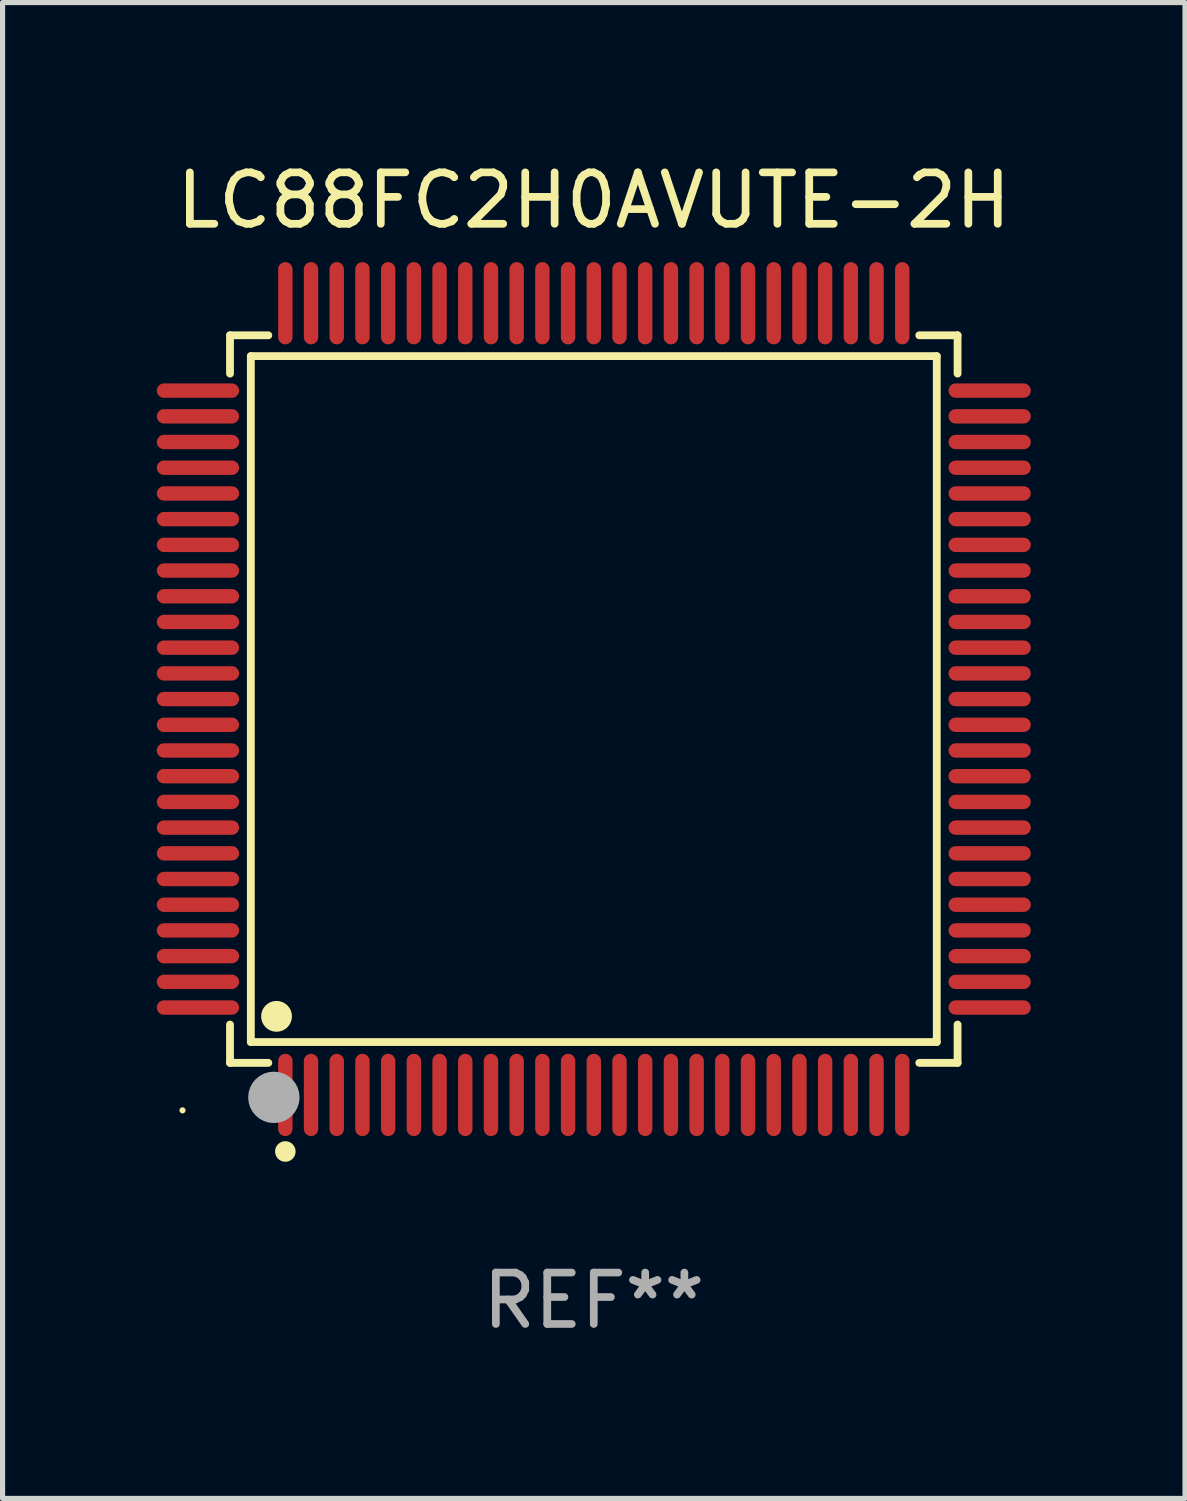
<source format=kicad_pcb>
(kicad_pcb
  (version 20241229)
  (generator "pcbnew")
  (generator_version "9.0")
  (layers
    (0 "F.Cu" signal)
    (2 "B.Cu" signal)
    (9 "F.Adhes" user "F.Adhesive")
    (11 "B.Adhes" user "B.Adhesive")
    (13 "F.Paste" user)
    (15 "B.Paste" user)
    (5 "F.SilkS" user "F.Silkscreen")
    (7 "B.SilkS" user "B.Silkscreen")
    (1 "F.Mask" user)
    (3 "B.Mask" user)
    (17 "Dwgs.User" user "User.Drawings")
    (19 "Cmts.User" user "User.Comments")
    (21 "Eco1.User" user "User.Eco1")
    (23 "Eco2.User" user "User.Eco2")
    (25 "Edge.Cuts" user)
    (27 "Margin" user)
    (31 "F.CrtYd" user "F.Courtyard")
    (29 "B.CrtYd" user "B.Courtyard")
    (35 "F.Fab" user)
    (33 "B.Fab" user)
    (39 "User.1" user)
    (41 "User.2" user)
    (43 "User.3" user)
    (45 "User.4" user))
  (footprint "LC88FC2H0AVUTE-2H"
    (layer "F.Cu")
    (at 8.5 10.548)
    (property "Reference" "LC88FC2H0AVUTE-2H" (at 0 -9.7 0) (layer "F.SilkS") (effects (font (size 1 1) (thickness 0.15))))
    (attr through_hole)
    (fp_line (start -7.076 -7.076) (end -6.331 -7.076) (stroke (width 0.152) (type solid)) (layer "F.SilkS"))
    (fp_line (start -7.076 -6.331) (end -7.076 -7.076) (stroke (width 0.152) (type solid)) (layer "F.SilkS"))
    (fp_line (start -7.076 6.331) (end -7.076 7.076) (stroke (width 0.152) (type solid)) (layer "F.SilkS"))
    (fp_line (start -7.076 7.076) (end -6.331 7.076) (stroke (width 0.152) (type solid)) (layer "F.SilkS"))
    (fp_line (start -6.671 -6.671) (end 6.671 -6.671) (stroke (width 0.152) (type solid)) (layer "F.SilkS"))
    (fp_line (start -6.671 6.671) (end -6.671 -6.671) (stroke (width 0.152) (type solid)) (layer "F.SilkS"))
    (fp_line (start 6.671 -6.671) (end 6.671 6.671) (stroke (width 0.152) (type solid)) (layer "F.SilkS"))
    (fp_line (start 6.671 6.671) (end -6.671 6.671) (stroke (width 0.152) (type solid)) (layer "F.SilkS"))
    (fp_line (start 7.076 -7.076) (end 6.331 -7.076) (stroke (width 0.152) (type solid)) (layer "F.SilkS"))
    (fp_line (start 7.076 -6.331) (end 7.076 -7.076) (stroke (width 0.152) (type solid)) (layer "F.SilkS"))
    (fp_line (start 7.076 6.331) (end 7.076 7.076) (stroke (width 0.152) (type solid)) (layer "F.SilkS"))
    (fp_line (start 7.076 7.076) (end 6.331 7.076) (stroke (width 0.152) (type solid)) (layer "F.SilkS"))
    (fp_circle (center -8 8) (end -7.97 8) (stroke (width 0.06) (type solid)) (fill no) (layer "F.SilkS"))
    (fp_circle (center -6.171 6.171) (end -6.021 6.171) (stroke (width 0.3) (type solid)) (fill no) (layer "F.SilkS"))
    (fp_circle (center -6 8.8) (end -5.9 8.8) (stroke (width 0.2) (type solid)) (fill no) (layer "F.SilkS"))
    (fp_circle (center -6.223 7.747) (end -5.973 7.747) (stroke (width 0.5) (type solid)) (fill no) (layer "F.Fab"))
    (fp_text user "REF**" (at 0 11.7 0) (layer "F.Fab") (effects (font (size 1 1) (thickness 0.15))))
    (pad "1" smd oval (at -6 7.7) (size 0.28 1.6) (layers "F.Cu" "F.Mask" "F.Paste"))
    (pad "2" smd oval (at -5.5 7.7) (size 0.28 1.6) (layers "F.Cu" "F.Mask" "F.Paste"))
    (pad "3" smd oval (at -5 7.7) (size 0.28 1.6) (layers "F.Cu" "F.Mask" "F.Paste"))
    (pad "4" smd oval (at -4.5 7.7) (size 0.28 1.6) (layers "F.Cu" "F.Mask" "F.Paste"))
    (pad "5" smd oval (at -4 7.7) (size 0.28 1.6) (layers "F.Cu" "F.Mask" "F.Paste"))
    (pad "6" smd oval (at -3.5 7.7) (size 0.28 1.6) (layers "F.Cu" "F.Mask" "F.Paste"))
    (pad "7" smd oval (at -3 7.7) (size 0.28 1.6) (layers "F.Cu" "F.Mask" "F.Paste"))
    (pad "8" smd oval (at -2.5 7.7) (size 0.28 1.6) (layers "F.Cu" "F.Mask" "F.Paste"))
    (pad "9" smd oval (at -2 7.7) (size 0.28 1.6) (layers "F.Cu" "F.Mask" "F.Paste"))
    (pad "10" smd oval (at -1.5 7.7) (size 0.28 1.6) (layers "F.Cu" "F.Mask" "F.Paste"))
    (pad "11" smd oval (at -1 7.7) (size 0.28 1.6) (layers "F.Cu" "F.Mask" "F.Paste"))
    (pad "12" smd oval (at -0.5 7.7) (size 0.28 1.6) (layers "F.Cu" "F.Mask" "F.Paste"))
    (pad "13" smd oval (at 0 7.7) (size 0.28 1.6) (layers "F.Cu" "F.Mask" "F.Paste"))
    (pad "14" smd oval (at 0.5 7.7) (size 0.28 1.6) (layers "F.Cu" "F.Mask" "F.Paste"))
    (pad "15" smd oval (at 1 7.7) (size 0.28 1.6) (layers "F.Cu" "F.Mask" "F.Paste"))
    (pad "16" smd oval (at 1.5 7.7) (size 0.28 1.6) (layers "F.Cu" "F.Mask" "F.Paste"))
    (pad "17" smd oval (at 2 7.7) (size 0.28 1.6) (layers "F.Cu" "F.Mask" "F.Paste"))
    (pad "18" smd oval (at 2.5 7.7) (size 0.28 1.6) (layers "F.Cu" "F.Mask" "F.Paste"))
    (pad "19" smd oval (at 3 7.7) (size 0.28 1.6) (layers "F.Cu" "F.Mask" "F.Paste"))
    (pad "20" smd oval (at 3.5 7.7) (size 0.28 1.6) (layers "F.Cu" "F.Mask" "F.Paste"))
    (pad "21" smd oval (at 4 7.7) (size 0.28 1.6) (layers "F.Cu" "F.Mask" "F.Paste"))
    (pad "22" smd oval (at 4.5 7.7) (size 0.28 1.6) (layers "F.Cu" "F.Mask" "F.Paste"))
    (pad "23" smd oval (at 5 7.7) (size 0.28 1.6) (layers "F.Cu" "F.Mask" "F.Paste"))
    (pad "24" smd oval (at 5.5 7.7) (size 0.28 1.6) (layers "F.Cu" "F.Mask" "F.Paste"))
    (pad "25" smd oval (at 6 7.7) (size 0.28 1.6) (layers "F.Cu" "F.Mask" "F.Paste"))
    (pad "26" smd oval (at 7.7 6) (size 1.6 0.28) (layers "F.Cu" "F.Mask" "F.Paste"))
    (pad "27" smd oval (at 7.7 5.5) (size 1.6 0.28) (layers "F.Cu" "F.Mask" "F.Paste"))
    (pad "28" smd oval (at 7.7 5) (size 1.6 0.28) (layers "F.Cu" "F.Mask" "F.Paste"))
    (pad "29" smd oval (at 7.7 4.5) (size 1.6 0.28) (layers "F.Cu" "F.Mask" "F.Paste"))
    (pad "30" smd oval (at 7.7 4) (size 1.6 0.28) (layers "F.Cu" "F.Mask" "F.Paste"))
    (pad "31" smd oval (at 7.7 3.5) (size 1.6 0.28) (layers "F.Cu" "F.Mask" "F.Paste"))
    (pad "32" smd oval (at 7.7 3) (size 1.6 0.28) (layers "F.Cu" "F.Mask" "F.Paste"))
    (pad "33" smd oval (at 7.7 2.5) (size 1.6 0.28) (layers "F.Cu" "F.Mask" "F.Paste"))
    (pad "34" smd oval (at 7.7 2) (size 1.6 0.28) (layers "F.Cu" "F.Mask" "F.Paste"))
    (pad "35" smd oval (at 7.7 1.5) (size 1.6 0.28) (layers "F.Cu" "F.Mask" "F.Paste"))
    (pad "36" smd oval (at 7.7 1) (size 1.6 0.28) (layers "F.Cu" "F.Mask" "F.Paste"))
    (pad "37" smd oval (at 7.7 0.5) (size 1.6 0.28) (layers "F.Cu" "F.Mask" "F.Paste"))
    (pad "38" smd oval (at 7.7 0) (size 1.6 0.28) (layers "F.Cu" "F.Mask" "F.Paste"))
    (pad "39" smd oval (at 7.7 -0.5) (size 1.6 0.28) (layers "F.Cu" "F.Mask" "F.Paste"))
    (pad "40" smd oval (at 7.7 -1) (size 1.6 0.28) (layers "F.Cu" "F.Mask" "F.Paste"))
    (pad "41" smd oval (at 7.7 -1.5) (size 1.6 0.28) (layers "F.Cu" "F.Mask" "F.Paste"))
    (pad "42" smd oval (at 7.7 -2) (size 1.6 0.28) (layers "F.Cu" "F.Mask" "F.Paste"))
    (pad "43" smd oval (at 7.7 -2.5) (size 1.6 0.28) (layers "F.Cu" "F.Mask" "F.Paste"))
    (pad "44" smd oval (at 7.7 -3) (size 1.6 0.28) (layers "F.Cu" "F.Mask" "F.Paste"))
    (pad "45" smd oval (at 7.7 -3.5) (size 1.6 0.28) (layers "F.Cu" "F.Mask" "F.Paste"))
    (pad "46" smd oval (at 7.7 -4) (size 1.6 0.28) (layers "F.Cu" "F.Mask" "F.Paste"))
    (pad "47" smd oval (at 7.7 -4.5) (size 1.6 0.28) (layers "F.Cu" "F.Mask" "F.Paste"))
    (pad "48" smd oval (at 7.7 -5) (size 1.6 0.28) (layers "F.Cu" "F.Mask" "F.Paste"))
    (pad "49" smd oval (at 7.7 -5.5) (size 1.6 0.28) (layers "F.Cu" "F.Mask" "F.Paste"))
    (pad "50" smd oval (at 7.7 -6) (size 1.6 0.28) (layers "F.Cu" "F.Mask" "F.Paste"))
    (pad "51" smd oval (at 6 -7.7) (size 0.28 1.6) (layers "F.Cu" "F.Mask" "F.Paste"))
    (pad "52" smd oval (at 5.5 -7.7) (size 0.28 1.6) (layers "F.Cu" "F.Mask" "F.Paste"))
    (pad "53" smd oval (at 5 -7.7) (size 0.28 1.6) (layers "F.Cu" "F.Mask" "F.Paste"))
    (pad "54" smd oval (at 4.5 -7.7) (size 0.28 1.6) (layers "F.Cu" "F.Mask" "F.Paste"))
    (pad "55" smd oval (at 4 -7.7) (size 0.28 1.6) (layers "F.Cu" "F.Mask" "F.Paste"))
    (pad "56" smd oval (at 3.5 -7.7) (size 0.28 1.6) (layers "F.Cu" "F.Mask" "F.Paste"))
    (pad "57" smd oval (at 3 -7.7) (size 0.28 1.6) (layers "F.Cu" "F.Mask" "F.Paste"))
    (pad "58" smd oval (at 2.5 -7.7) (size 0.28 1.6) (layers "F.Cu" "F.Mask" "F.Paste"))
    (pad "59" smd oval (at 2 -7.7) (size 0.28 1.6) (layers "F.Cu" "F.Mask" "F.Paste"))
    (pad "60" smd oval (at 1.5 -7.7) (size 0.28 1.6) (layers "F.Cu" "F.Mask" "F.Paste"))
    (pad "61" smd oval (at 1 -7.7) (size 0.28 1.6) (layers "F.Cu" "F.Mask" "F.Paste"))
    (pad "62" smd oval (at 0.5 -7.7) (size 0.28 1.6) (layers "F.Cu" "F.Mask" "F.Paste"))
    (pad "63" smd oval (at 0 -7.7) (size 0.28 1.6) (layers "F.Cu" "F.Mask" "F.Paste"))
    (pad "64" smd oval (at -0.5 -7.7) (size 0.28 1.6) (layers "F.Cu" "F.Mask" "F.Paste"))
    (pad "65" smd oval (at -1 -7.7) (size 0.28 1.6) (layers "F.Cu" "F.Mask" "F.Paste"))
    (pad "66" smd oval (at -1.5 -7.7) (size 0.28 1.6) (layers "F.Cu" "F.Mask" "F.Paste"))
    (pad "67" smd oval (at -2 -7.7) (size 0.28 1.6) (layers "F.Cu" "F.Mask" "F.Paste"))
    (pad "68" smd oval (at -2.5 -7.7) (size 0.28 1.6) (layers "F.Cu" "F.Mask" "F.Paste"))
    (pad "69" smd oval (at -3 -7.7) (size 0.28 1.6) (layers "F.Cu" "F.Mask" "F.Paste"))
    (pad "70" smd oval (at -3.5 -7.7) (size 0.28 1.6) (layers "F.Cu" "F.Mask" "F.Paste"))
    (pad "71" smd oval (at -4 -7.7) (size 0.28 1.6) (layers "F.Cu" "F.Mask" "F.Paste"))
    (pad "72" smd oval (at -4.5 -7.7) (size 0.28 1.6) (layers "F.Cu" "F.Mask" "F.Paste"))
    (pad "73" smd oval (at -5 -7.7) (size 0.28 1.6) (layers "F.Cu" "F.Mask" "F.Paste"))
    (pad "74" smd oval (at -5.5 -7.7) (size 0.28 1.6) (layers "F.Cu" "F.Mask" "F.Paste"))
    (pad "75" smd oval (at -6 -7.7) (size 0.28 1.6) (layers "F.Cu" "F.Mask" "F.Paste"))
    (pad "76" smd oval (at -7.7 -6) (size 1.6 0.28) (layers "F.Cu" "F.Mask" "F.Paste"))
    (pad "77" smd oval (at -7.7 -5.5) (size 1.6 0.28) (layers "F.Cu" "F.Mask" "F.Paste"))
    (pad "78" smd oval (at -7.7 -5) (size 1.6 0.28) (layers "F.Cu" "F.Mask" "F.Paste"))
    (pad "79" smd oval (at -7.7 -4.5) (size 1.6 0.28) (layers "F.Cu" "F.Mask" "F.Paste"))
    (pad "80" smd oval (at -7.7 -4) (size 1.6 0.28) (layers "F.Cu" "F.Mask" "F.Paste"))
    (pad "81" smd oval (at -7.7 -3.5) (size 1.6 0.28) (layers "F.Cu" "F.Mask" "F.Paste"))
    (pad "82" smd oval (at -7.7 -3) (size 1.6 0.28) (layers "F.Cu" "F.Mask" "F.Paste"))
    (pad "83" smd oval (at -7.7 -2.5) (size 1.6 0.28) (layers "F.Cu" "F.Mask" "F.Paste"))
    (pad "84" smd oval (at -7.7 -2) (size 1.6 0.28) (layers "F.Cu" "F.Mask" "F.Paste"))
    (pad "85" smd oval (at -7.7 -1.5) (size 1.6 0.28) (layers "F.Cu" "F.Mask" "F.Paste"))
    (pad "86" smd oval (at -7.7 -1) (size 1.6 0.28) (layers "F.Cu" "F.Mask" "F.Paste"))
    (pad "87" smd oval (at -7.7 -0.5) (size 1.6 0.28) (layers "F.Cu" "F.Mask" "F.Paste"))
    (pad "88" smd oval (at -7.7 0) (size 1.6 0.28) (layers "F.Cu" "F.Mask" "F.Paste"))
    (pad "89" smd oval (at -7.7 0.5) (size 1.6 0.28) (layers "F.Cu" "F.Mask" "F.Paste"))
    (pad "90" smd oval (at -7.7 1) (size 1.6 0.28) (layers "F.Cu" "F.Mask" "F.Paste"))
    (pad "91" smd oval (at -7.7 1.5) (size 1.6 0.28) (layers "F.Cu" "F.Mask" "F.Paste"))
    (pad "92" smd oval (at -7.7 2) (size 1.6 0.28) (layers "F.Cu" "F.Mask" "F.Paste"))
    (pad "93" smd oval (at -7.7 2.5) (size 1.6 0.28) (layers "F.Cu" "F.Mask" "F.Paste"))
    (pad "94" smd oval (at -7.7 3) (size 1.6 0.28) (layers "F.Cu" "F.Mask" "F.Paste"))
    (pad "95" smd oval (at -7.7 3.5) (size 1.6 0.28) (layers "F.Cu" "F.Mask" "F.Paste"))
    (pad "96" smd oval (at -7.7 4) (size 1.6 0.28) (layers "F.Cu" "F.Mask" "F.Paste"))
    (pad "97" smd oval (at -7.7 4.5) (size 1.6 0.28) (layers "F.Cu" "F.Mask" "F.Paste"))
    (pad "98" smd oval (at -7.7 5) (size 1.6 0.28) (layers "F.Cu" "F.Mask" "F.Paste"))
    (pad "99" smd oval (at -7.7 5.5) (size 1.6 0.28) (layers "F.Cu" "F.Mask" "F.Paste"))
    (pad "100" smd oval (at -7.7 6) (size 1.6 0.28) (layers "F.Cu" "F.Mask" "F.Paste")))
  (gr_rect
    (start -3 -3)
    (end 20 26.097)
    (stroke (width 0.1) (type default))
    (fill no)
    (layer "Edge.Cuts")))
</source>
